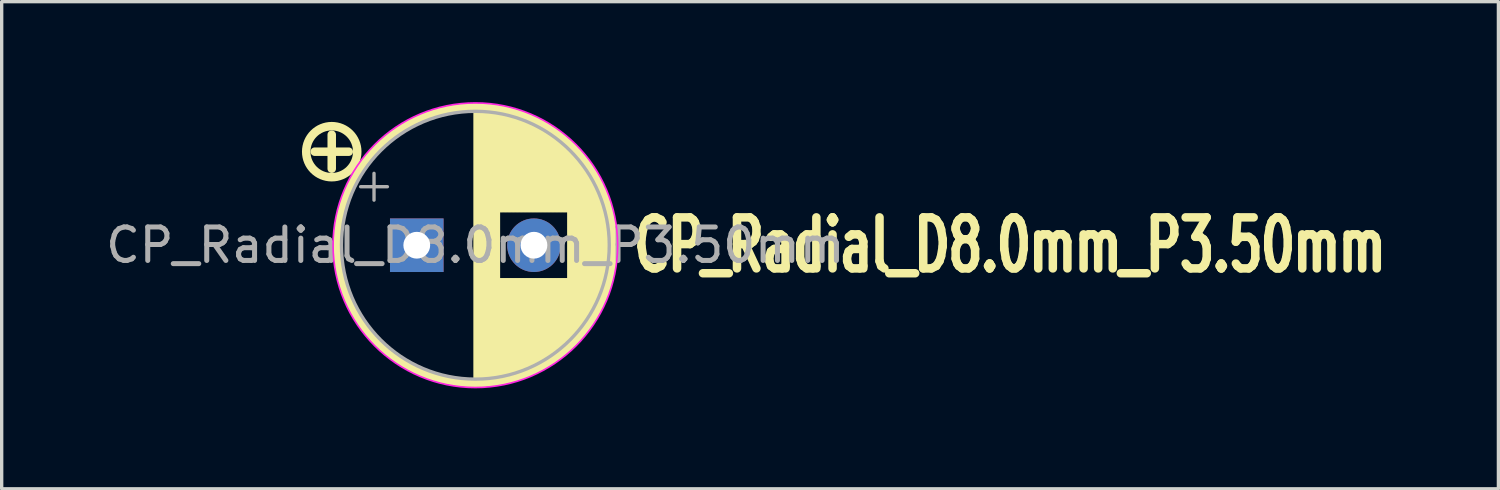
<source format=kicad_pcb>
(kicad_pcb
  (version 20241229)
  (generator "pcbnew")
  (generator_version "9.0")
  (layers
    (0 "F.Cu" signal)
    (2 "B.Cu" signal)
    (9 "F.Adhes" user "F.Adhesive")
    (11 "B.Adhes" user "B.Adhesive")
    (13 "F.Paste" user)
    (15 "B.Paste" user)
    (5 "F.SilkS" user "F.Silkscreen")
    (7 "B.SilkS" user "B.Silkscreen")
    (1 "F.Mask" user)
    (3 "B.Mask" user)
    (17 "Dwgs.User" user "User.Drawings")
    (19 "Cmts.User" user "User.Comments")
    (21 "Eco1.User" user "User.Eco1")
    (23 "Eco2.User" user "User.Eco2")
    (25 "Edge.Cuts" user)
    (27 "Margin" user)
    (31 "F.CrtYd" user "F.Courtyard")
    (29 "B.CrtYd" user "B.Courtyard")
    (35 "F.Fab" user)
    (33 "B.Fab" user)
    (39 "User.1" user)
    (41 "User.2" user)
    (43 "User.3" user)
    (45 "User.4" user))
  (footprint "CP_Radial_D8.0mm_P3.50mm"
    (layer "F.Cu")
    (at 9.399 4.275)
    (property "Reference" "CP_Radial_D8.0mm_P3.50mm" (at 6.35 0 0) (layer "F.SilkS") (effects (font (size 1.524 1.016) (thickness 0.254)) (justify left)))
    (attr through_hole)
    (fp_line (start -2.54 -3.302) (end -2.54 -2.286) (stroke (width 0.254) (type solid)) (layer "F.SilkS"))
    (fp_line (start -2.032 -2.794) (end -3.048 -2.794) (stroke (width 0.254) (type solid)) (layer "F.SilkS"))
    (fp_line (start 1.75 -4.08) (end 1.75 4.08) (stroke (width 0.12) (type solid)) (layer "F.SilkS"))
    (fp_line (start 1.79 -4.08) (end 1.79 4.08) (stroke (width 0.12) (type solid)) (layer "F.SilkS"))
    (fp_line (start 1.83 -4.08) (end 1.83 4.08) (stroke (width 0.12) (type solid)) (layer "F.SilkS"))
    (fp_line (start 1.87 -4.079) (end 1.87 4.079) (stroke (width 0.12) (type solid)) (layer "F.SilkS"))
    (fp_line (start 1.91 -4.077) (end 1.91 4.077) (stroke (width 0.12) (type solid)) (layer "F.SilkS"))
    (fp_line (start 1.95 -4.076) (end 1.95 4.076) (stroke (width 0.12) (type solid)) (layer "F.SilkS"))
    (fp_line (start 1.99 -4.074) (end 1.99 4.074) (stroke (width 0.12) (type solid)) (layer "F.SilkS"))
    (fp_line (start 2.03 -4.071) (end 2.03 4.071) (stroke (width 0.12) (type solid)) (layer "F.SilkS"))
    (fp_line (start 2.07 -4.068) (end 2.07 4.068) (stroke (width 0.12) (type solid)) (layer "F.SilkS"))
    (fp_line (start 2.11 -4.065) (end 2.11 4.065) (stroke (width 0.12) (type solid)) (layer "F.SilkS"))
    (fp_line (start 2.15 -4.061) (end 2.15 4.061) (stroke (width 0.12) (type solid)) (layer "F.SilkS"))
    (fp_line (start 2.19 -4.057) (end 2.19 4.057) (stroke (width 0.12) (type solid)) (layer "F.SilkS"))
    (fp_line (start 2.23 -4.052) (end 2.23 4.052) (stroke (width 0.12) (type solid)) (layer "F.SilkS"))
    (fp_line (start 2.27 -4.048) (end 2.27 4.048) (stroke (width 0.12) (type solid)) (layer "F.SilkS"))
    (fp_line (start 2.31 -4.042) (end 2.31 4.042) (stroke (width 0.12) (type solid)) (layer "F.SilkS"))
    (fp_line (start 2.35 -4.037) (end 2.35 4.037) (stroke (width 0.12) (type solid)) (layer "F.SilkS"))
    (fp_line (start 2.39 -4.03) (end 2.39 4.03) (stroke (width 0.12) (type solid)) (layer "F.SilkS"))
    (fp_line (start 2.43 -4.024) (end 2.43 4.024) (stroke (width 0.12) (type solid)) (layer "F.SilkS"))
    (fp_line (start 2.471 -4.017) (end 2.471 -1.04) (stroke (width 0.12) (type solid)) (layer "F.SilkS"))
    (fp_line (start 2.471 1.04) (end 2.471 4.017) (stroke (width 0.12) (type solid)) (layer "F.SilkS"))
    (fp_line (start 2.511 -4.01) (end 2.511 -1.04) (stroke (width 0.12) (type solid)) (layer "F.SilkS"))
    (fp_line (start 2.511 1.04) (end 2.511 4.01) (stroke (width 0.12) (type solid)) (layer "F.SilkS"))
    (fp_line (start 2.551 -4.002) (end 2.551 -1.04) (stroke (width 0.12) (type solid)) (layer "F.SilkS"))
    (fp_line (start 2.551 1.04) (end 2.551 4.002) (stroke (width 0.12) (type solid)) (layer "F.SilkS"))
    (fp_line (start 2.591 -3.994) (end 2.591 -1.04) (stroke (width 0.12) (type solid)) (layer "F.SilkS"))
    (fp_line (start 2.591 1.04) (end 2.591 3.994) (stroke (width 0.12) (type solid)) (layer "F.SilkS"))
    (fp_line (start 2.631 -3.985) (end 2.631 -1.04) (stroke (width 0.12) (type solid)) (layer "F.SilkS"))
    (fp_line (start 2.631 1.04) (end 2.631 3.985) (stroke (width 0.12) (type solid)) (layer "F.SilkS"))
    (fp_line (start 2.671 -3.976) (end 2.671 -1.04) (stroke (width 0.12) (type solid)) (layer "F.SilkS"))
    (fp_line (start 2.671 1.04) (end 2.671 3.976) (stroke (width 0.12) (type solid)) (layer "F.SilkS"))
    (fp_line (start 2.711 -3.967) (end 2.711 -1.04) (stroke (width 0.12) (type solid)) (layer "F.SilkS"))
    (fp_line (start 2.711 1.04) (end 2.711 3.967) (stroke (width 0.12) (type solid)) (layer "F.SilkS"))
    (fp_line (start 2.751 -3.957) (end 2.751 -1.04) (stroke (width 0.12) (type solid)) (layer "F.SilkS"))
    (fp_line (start 2.751 1.04) (end 2.751 3.957) (stroke (width 0.12) (type solid)) (layer "F.SilkS"))
    (fp_line (start 2.791 -3.947) (end 2.791 -1.04) (stroke (width 0.12) (type solid)) (layer "F.SilkS"))
    (fp_line (start 2.791 1.04) (end 2.791 3.947) (stroke (width 0.12) (type solid)) (layer "F.SilkS"))
    (fp_line (start 2.831 -3.936) (end 2.831 -1.04) (stroke (width 0.12) (type solid)) (layer "F.SilkS"))
    (fp_line (start 2.831 1.04) (end 2.831 3.936) (stroke (width 0.12) (type solid)) (layer "F.SilkS"))
    (fp_line (start 2.871 -3.925) (end 2.871 -1.04) (stroke (width 0.12) (type solid)) (layer "F.SilkS"))
    (fp_line (start 2.871 1.04) (end 2.871 3.925) (stroke (width 0.12) (type solid)) (layer "F.SilkS"))
    (fp_line (start 2.911 -3.914) (end 2.911 -1.04) (stroke (width 0.12) (type solid)) (layer "F.SilkS"))
    (fp_line (start 2.911 1.04) (end 2.911 3.914) (stroke (width 0.12) (type solid)) (layer "F.SilkS"))
    (fp_line (start 2.951 -3.902) (end 2.951 -1.04) (stroke (width 0.12) (type solid)) (layer "F.SilkS"))
    (fp_line (start 2.951 1.04) (end 2.951 3.902) (stroke (width 0.12) (type solid)) (layer "F.SilkS"))
    (fp_line (start 2.991 -3.889) (end 2.991 -1.04) (stroke (width 0.12) (type solid)) (layer "F.SilkS"))
    (fp_line (start 2.991 1.04) (end 2.991 3.889) (stroke (width 0.12) (type solid)) (layer "F.SilkS"))
    (fp_line (start 3.031 -3.877) (end 3.031 -1.04) (stroke (width 0.12) (type solid)) (layer "F.SilkS"))
    (fp_line (start 3.031 1.04) (end 3.031 3.877) (stroke (width 0.12) (type solid)) (layer "F.SilkS"))
    (fp_line (start 3.071 -3.863) (end 3.071 -1.04) (stroke (width 0.12) (type solid)) (layer "F.SilkS"))
    (fp_line (start 3.071 1.04) (end 3.071 3.863) (stroke (width 0.12) (type solid)) (layer "F.SilkS"))
    (fp_line (start 3.111 -3.85) (end 3.111 -1.04) (stroke (width 0.12) (type solid)) (layer "F.SilkS"))
    (fp_line (start 3.111 1.04) (end 3.111 3.85) (stroke (width 0.12) (type solid)) (layer "F.SilkS"))
    (fp_line (start 3.151 -3.835) (end 3.151 -1.04) (stroke (width 0.12) (type solid)) (layer "F.SilkS"))
    (fp_line (start 3.151 1.04) (end 3.151 3.835) (stroke (width 0.12) (type solid)) (layer "F.SilkS"))
    (fp_line (start 3.191 -3.821) (end 3.191 -1.04) (stroke (width 0.12) (type solid)) (layer "F.SilkS"))
    (fp_line (start 3.191 1.04) (end 3.191 3.821) (stroke (width 0.12) (type solid)) (layer "F.SilkS"))
    (fp_line (start 3.231 -3.805) (end 3.231 -1.04) (stroke (width 0.12) (type solid)) (layer "F.SilkS"))
    (fp_line (start 3.231 1.04) (end 3.231 3.805) (stroke (width 0.12) (type solid)) (layer "F.SilkS"))
    (fp_line (start 3.271 -3.79) (end 3.271 -1.04) (stroke (width 0.12) (type solid)) (layer "F.SilkS"))
    (fp_line (start 3.271 1.04) (end 3.271 3.79) (stroke (width 0.12) (type solid)) (layer "F.SilkS"))
    (fp_line (start 3.311 -3.774) (end 3.311 -1.04) (stroke (width 0.12) (type solid)) (layer "F.SilkS"))
    (fp_line (start 3.311 1.04) (end 3.311 3.774) (stroke (width 0.12) (type solid)) (layer "F.SilkS"))
    (fp_line (start 3.351 -3.757) (end 3.351 -1.04) (stroke (width 0.12) (type solid)) (layer "F.SilkS"))
    (fp_line (start 3.351 1.04) (end 3.351 3.757) (stroke (width 0.12) (type solid)) (layer "F.SilkS"))
    (fp_line (start 3.391 -3.74) (end 3.391 -1.04) (stroke (width 0.12) (type solid)) (layer "F.SilkS"))
    (fp_line (start 3.391 1.04) (end 3.391 3.74) (stroke (width 0.12) (type solid)) (layer "F.SilkS"))
    (fp_line (start 3.431 -3.722) (end 3.431 -1.04) (stroke (width 0.12) (type solid)) (layer "F.SilkS"))
    (fp_line (start 3.431 1.04) (end 3.431 3.722) (stroke (width 0.12) (type solid)) (layer "F.SilkS"))
    (fp_line (start 3.471 -3.704) (end 3.471 -1.04) (stroke (width 0.12) (type solid)) (layer "F.SilkS"))
    (fp_line (start 3.471 1.04) (end 3.471 3.704) (stroke (width 0.12) (type solid)) (layer "F.SilkS"))
    (fp_line (start 3.511 -3.686) (end 3.511 -1.04) (stroke (width 0.12) (type solid)) (layer "F.SilkS"))
    (fp_line (start 3.511 1.04) (end 3.511 3.686) (stroke (width 0.12) (type solid)) (layer "F.SilkS"))
    (fp_line (start 3.551 -3.666) (end 3.551 -1.04) (stroke (width 0.12) (type solid)) (layer "F.SilkS"))
    (fp_line (start 3.551 1.04) (end 3.551 3.666) (stroke (width 0.12) (type solid)) (layer "F.SilkS"))
    (fp_line (start 3.591 -3.647) (end 3.591 -1.04) (stroke (width 0.12) (type solid)) (layer "F.SilkS"))
    (fp_line (start 3.591 1.04) (end 3.591 3.647) (stroke (width 0.12) (type solid)) (layer "F.SilkS"))
    (fp_line (start 3.631 -3.627) (end 3.631 -1.04) (stroke (width 0.12) (type solid)) (layer "F.SilkS"))
    (fp_line (start 3.631 1.04) (end 3.631 3.627) (stroke (width 0.12) (type solid)) (layer "F.SilkS"))
    (fp_line (start 3.671 -3.606) (end 3.671 -1.04) (stroke (width 0.12) (type solid)) (layer "F.SilkS"))
    (fp_line (start 3.671 1.04) (end 3.671 3.606) (stroke (width 0.12) (type solid)) (layer "F.SilkS"))
    (fp_line (start 3.711 -3.584) (end 3.711 -1.04) (stroke (width 0.12) (type solid)) (layer "F.SilkS"))
    (fp_line (start 3.711 1.04) (end 3.711 3.584) (stroke (width 0.12) (type solid)) (layer "F.SilkS"))
    (fp_line (start 3.751 -3.562) (end 3.751 -1.04) (stroke (width 0.12) (type solid)) (layer "F.SilkS"))
    (fp_line (start 3.751 1.04) (end 3.751 3.562) (stroke (width 0.12) (type solid)) (layer "F.SilkS"))
    (fp_line (start 3.791 -3.54) (end 3.791 -1.04) (stroke (width 0.12) (type solid)) (layer "F.SilkS"))
    (fp_line (start 3.791 1.04) (end 3.791 3.54) (stroke (width 0.12) (type solid)) (layer "F.SilkS"))
    (fp_line (start 3.831 -3.517) (end 3.831 -1.04) (stroke (width 0.12) (type solid)) (layer "F.SilkS"))
    (fp_line (start 3.831 1.04) (end 3.831 3.517) (stroke (width 0.12) (type solid)) (layer "F.SilkS"))
    (fp_line (start 3.871 -3.493) (end 3.871 -1.04) (stroke (width 0.12) (type solid)) (layer "F.SilkS"))
    (fp_line (start 3.871 1.04) (end 3.871 3.493) (stroke (width 0.12) (type solid)) (layer "F.SilkS"))
    (fp_line (start 3.911 -3.469) (end 3.911 -1.04) (stroke (width 0.12) (type solid)) (layer "F.SilkS"))
    (fp_line (start 3.911 1.04) (end 3.911 3.469) (stroke (width 0.12) (type solid)) (layer "F.SilkS"))
    (fp_line (start 3.951 -3.444) (end 3.951 -1.04) (stroke (width 0.12) (type solid)) (layer "F.SilkS"))
    (fp_line (start 3.951 1.04) (end 3.951 3.444) (stroke (width 0.12) (type solid)) (layer "F.SilkS"))
    (fp_line (start 3.991 -3.418) (end 3.991 -1.04) (stroke (width 0.12) (type solid)) (layer "F.SilkS"))
    (fp_line (start 3.991 1.04) (end 3.991 3.418) (stroke (width 0.12) (type solid)) (layer "F.SilkS"))
    (fp_line (start 4.031 -3.392) (end 4.031 -1.04) (stroke (width 0.12) (type solid)) (layer "F.SilkS"))
    (fp_line (start 4.031 1.04) (end 4.031 3.392) (stroke (width 0.12) (type solid)) (layer "F.SilkS"))
    (fp_line (start 4.071 -3.365) (end 4.071 -1.04) (stroke (width 0.12) (type solid)) (layer "F.SilkS"))
    (fp_line (start 4.071 1.04) (end 4.071 3.365) (stroke (width 0.12) (type solid)) (layer "F.SilkS"))
    (fp_line (start 4.111 -3.338) (end 4.111 -1.04) (stroke (width 0.12) (type solid)) (layer "F.SilkS"))
    (fp_line (start 4.111 1.04) (end 4.111 3.338) (stroke (width 0.12) (type solid)) (layer "F.SilkS"))
    (fp_line (start 4.151 -3.309) (end 4.151 -1.04) (stroke (width 0.12) (type solid)) (layer "F.SilkS"))
    (fp_line (start 4.151 1.04) (end 4.151 3.309) (stroke (width 0.12) (type solid)) (layer "F.SilkS"))
    (fp_line (start 4.191 -3.28) (end 4.191 -1.04) (stroke (width 0.12) (type solid)) (layer "F.SilkS"))
    (fp_line (start 4.191 1.04) (end 4.191 3.28) (stroke (width 0.12) (type solid)) (layer "F.SilkS"))
    (fp_line (start 4.231 -3.25) (end 4.231 -1.04) (stroke (width 0.12) (type solid)) (layer "F.SilkS"))
    (fp_line (start 4.231 1.04) (end 4.231 3.25) (stroke (width 0.12) (type solid)) (layer "F.SilkS"))
    (fp_line (start 4.271 -3.22) (end 4.271 -1.04) (stroke (width 0.12) (type solid)) (layer "F.SilkS"))
    (fp_line (start 4.271 1.04) (end 4.271 3.22) (stroke (width 0.12) (type solid)) (layer "F.SilkS"))
    (fp_line (start 4.311 -3.189) (end 4.311 -1.04) (stroke (width 0.12) (type solid)) (layer "F.SilkS"))
    (fp_line (start 4.311 1.04) (end 4.311 3.189) (stroke (width 0.12) (type solid)) (layer "F.SilkS"))
    (fp_line (start 4.351 -3.156) (end 4.351 -1.04) (stroke (width 0.12) (type solid)) (layer "F.SilkS"))
    (fp_line (start 4.351 1.04) (end 4.351 3.156) (stroke (width 0.12) (type solid)) (layer "F.SilkS"))
    (fp_line (start 4.391 -3.124) (end 4.391 -1.04) (stroke (width 0.12) (type solid)) (layer "F.SilkS"))
    (fp_line (start 4.391 1.04) (end 4.391 3.124) (stroke (width 0.12) (type solid)) (layer "F.SilkS"))
    (fp_line (start 4.431 -3.09) (end 4.431 -1.04) (stroke (width 0.12) (type solid)) (layer "F.SilkS"))
    (fp_line (start 4.431 1.04) (end 4.431 3.09) (stroke (width 0.12) (type solid)) (layer "F.SilkS"))
    (fp_line (start 4.471 -3.055) (end 4.471 -1.04) (stroke (width 0.12) (type solid)) (layer "F.SilkS"))
    (fp_line (start 4.471 1.04) (end 4.471 3.055) (stroke (width 0.12) (type solid)) (layer "F.SilkS"))
    (fp_line (start 4.511 -3.019) (end 4.511 -1.04) (stroke (width 0.12) (type solid)) (layer "F.SilkS"))
    (fp_line (start 4.511 1.04) (end 4.511 3.019) (stroke (width 0.12) (type solid)) (layer "F.SilkS"))
    (fp_line (start 4.551 -2.983) (end 4.551 2.983) (stroke (width 0.12) (type solid)) (layer "F.SilkS"))
    (fp_line (start 4.591 -2.945) (end 4.591 2.945) (stroke (width 0.12) (type solid)) (layer "F.SilkS"))
    (fp_line (start 4.631 -2.907) (end 4.631 2.907) (stroke (width 0.12) (type solid)) (layer "F.SilkS"))
    (fp_line (start 4.671 -2.867) (end 4.671 2.867) (stroke (width 0.12) (type solid)) (layer "F.SilkS"))
    (fp_line (start 4.711 -2.826) (end 4.711 2.826) (stroke (width 0.12) (type solid)) (layer "F.SilkS"))
    (fp_line (start 4.751 -2.784) (end 4.751 2.784) (stroke (width 0.12) (type solid)) (layer "F.SilkS"))
    (fp_line (start 4.791 -2.741) (end 4.791 2.741) (stroke (width 0.12) (type solid)) (layer "F.SilkS"))
    (fp_line (start 4.831 -2.697) (end 4.831 2.697) (stroke (width 0.12) (type solid)) (layer "F.SilkS"))
    (fp_line (start 4.871 -2.651) (end 4.871 2.651) (stroke (width 0.12) (type solid)) (layer "F.SilkS"))
    (fp_line (start 4.911 -2.604) (end 4.911 2.604) (stroke (width 0.12) (type solid)) (layer "F.SilkS"))
    (fp_line (start 4.951 -2.556) (end 4.951 2.556) (stroke (width 0.12) (type solid)) (layer "F.SilkS"))
    (fp_line (start 4.991 -2.505) (end 4.991 2.505) (stroke (width 0.12) (type solid)) (layer "F.SilkS"))
    (fp_line (start 5.031 -2.454) (end 5.031 2.454) (stroke (width 0.12) (type solid)) (layer "F.SilkS"))
    (fp_line (start 5.071 -2.4) (end 5.071 2.4) (stroke (width 0.12) (type solid)) (layer "F.SilkS"))
    (fp_line (start 5.111 -2.345) (end 5.111 2.345) (stroke (width 0.12) (type solid)) (layer "F.SilkS"))
    (fp_line (start 5.151 -2.287) (end 5.151 2.287) (stroke (width 0.12) (type solid)) (layer "F.SilkS"))
    (fp_line (start 5.191 -2.228) (end 5.191 2.228) (stroke (width 0.12) (type solid)) (layer "F.SilkS"))
    (fp_line (start 5.231 -2.166) (end 5.231 2.166) (stroke (width 0.12) (type solid)) (layer "F.SilkS"))
    (fp_line (start 5.271 -2.102) (end 5.271 2.102) (stroke (width 0.12) (type solid)) (layer "F.SilkS"))
    (fp_line (start 5.311 -2.034) (end 5.311 2.034) (stroke (width 0.12) (type solid)) (layer "F.SilkS"))
    (fp_line (start 5.351 -1.964) (end 5.351 1.964) (stroke (width 0.12) (type solid)) (layer "F.SilkS"))
    (fp_line (start 5.391 -1.89) (end 5.391 1.89) (stroke (width 0.12) (type solid)) (layer "F.SilkS"))
    (fp_line (start 5.431 -1.813) (end 5.431 1.813) (stroke (width 0.12) (type solid)) (layer "F.SilkS"))
    (fp_line (start 5.471 -1.731) (end 5.471 1.731) (stroke (width 0.12) (type solid)) (layer "F.SilkS"))
    (fp_line (start 5.511 -1.645) (end 5.511 1.645) (stroke (width 0.12) (type solid)) (layer "F.SilkS"))
    (fp_line (start 5.551 -1.552) (end 5.551 1.552) (stroke (width 0.12) (type solid)) (layer "F.SilkS"))
    (fp_line (start 5.591 -1.453) (end 5.591 1.453) (stroke (width 0.12) (type solid)) (layer "F.SilkS"))
    (fp_line (start 5.631 -1.346) (end 5.631 1.346) (stroke (width 0.12) (type solid)) (layer "F.SilkS"))
    (fp_line (start 5.671 -1.229) (end 5.671 1.229) (stroke (width 0.12) (type solid)) (layer "F.SilkS"))
    (fp_line (start 5.711 -1.098) (end 5.711 1.098) (stroke (width 0.12) (type solid)) (layer "F.SilkS"))
    (fp_line (start 5.751 -0.948) (end 5.751 0.948) (stroke (width 0.12) (type solid)) (layer "F.SilkS"))
    (fp_line (start 5.791 -0.768) (end 5.791 0.768) (stroke (width 0.12) (type solid)) (layer "F.SilkS"))
    (fp_line (start 5.831 -0.533) (end 5.831 0.533) (stroke (width 0.12) (type solid)) (layer "F.SilkS"))
    (fp_circle (center -2.54 -2.794) (end -1.778 -2.794) (stroke (width 0.254) (type solid)) (fill no) (layer "F.SilkS"))
    (fp_circle (center 1.75 0) (end 5.87 0) (stroke (width 0.254) (type solid)) (fill no) (layer "F.SilkS"))
    (fp_circle (center 1.75 0) (end 6 0) (stroke (width 0.05) (type solid)) (fill no) (layer "F.CrtYd"))
    (fp_line (start -1.677 -1.748) (end -0.877 -1.748) (stroke (width 0.1) (type solid)) (layer "F.Fab"))
    (fp_line (start -1.277 -2.147) (end -1.277 -1.347) (stroke (width 0.1) (type solid)) (layer "F.Fab"))
    (fp_circle (center 1.75 0) (end 5.75 0) (stroke (width 0.1) (type solid)) (fill no) (layer "F.Fab"))
    (fp_text user "${REFERENCE}" (at 1.75 0 0) (layer "F.Fab") (effects (font (size 1 1) (thickness 0.15))))
    (pad "1" thru_hole rect (at 0 0) (size 1.6 1.6) (drill 0.8) (layers "*.Cu" "*.Mask"))
    (pad "2" thru_hole circle (at 3.5 0) (size 1.6 1.6) (drill 0.8) (layers "*.Cu" "*.Mask")))
  (gr_rect
    (start -3 -3)
    (end 41.708 11.55)
    (stroke (width 0.1) (type default))
    (fill no)
    (layer "Edge.Cuts")))
</source>
